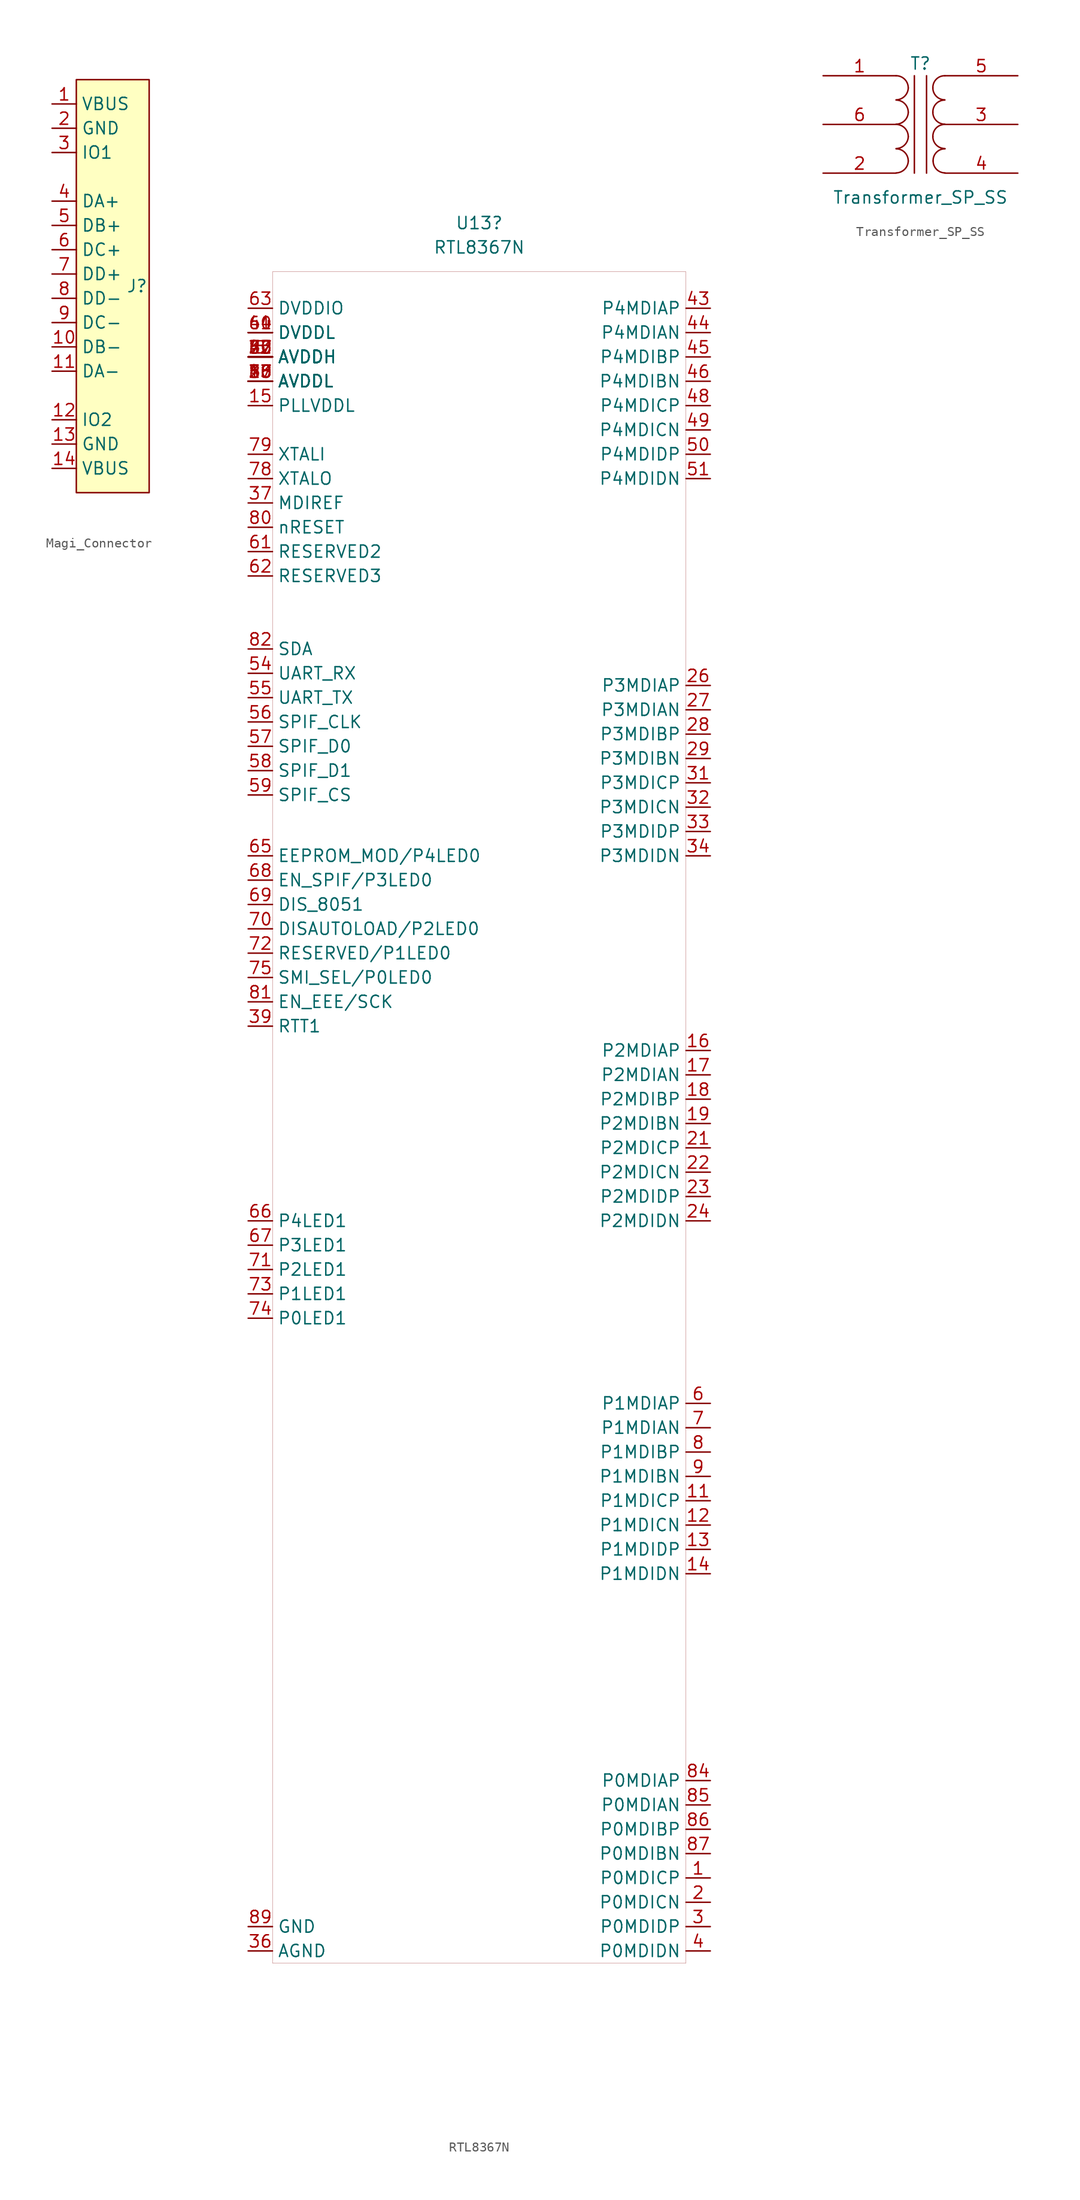
<source format=kicad_sym>
(kicad_symbol_lib
  (version 20220914)
  (generator kicad_symbol_editor)
  (symbol "Magi_Connector"
    (property "Reference" "J"
      (at 2.54 0 0)
      (effects (font (size 1.27 1.27))))
    (property "Value" ""
      (at 2.54 0 0)
      (effects (font (size 1.27 1.27))))
    (symbol "Magi_Connector_0_0"
      (pin passive line (at -6.35 19.05 0) (length 2.54) (name "VBUS" (effects (font (size 1.27 1.27)))) (number "1" (effects (font (size 1.27 1.27)))))
      (pin bidirectional line (at -6.35 -6.35 0) (length 2.54) (name "DB-" (effects (font (size 1.27 1.27)))) (number "10" (effects (font (size 1.27 1.27)))))
      (pin bidirectional line (at -6.35 -8.89 0) (length 2.54) (name "DA-" (effects (font (size 1.27 1.27)))) (number "11" (effects (font (size 1.27 1.27)))))
      (pin bidirectional line (at -6.35 -13.97 0) (length 2.54) (name "IO2" (effects (font (size 1.27 1.27)))) (number "12" (effects (font (size 1.27 1.27)))))
      (pin input line (at -6.35 -16.51 0) (length 2.54) (name "GND" (effects (font (size 1.27 1.27)))) (number "13" (effects (font (size 1.27 1.27)))))
      (pin passive line (at -6.35 -19.05 0) (length 2.54) (name "VBUS" (effects (font (size 1.27 1.27)))) (number "14" (effects (font (size 1.27 1.27)))))
      (pin power_in line (at -6.35 16.51 0) (length 2.54) (name "GND" (effects (font (size 1.27 1.27)))) (number "2" (effects (font (size 1.27 1.27)))))
      (pin bidirectional line (at -6.35 13.97 0) (length 2.54) (name "IO1" (effects (font (size 1.27 1.27)))) (number "3" (effects (font (size 1.27 1.27)))))
      (pin bidirectional line (at -6.35 8.89 0) (length 2.54) (name "DA+" (effects (font (size 1.27 1.27)))) (number "4" (effects (font (size 1.27 1.27)))))
      (pin bidirectional line (at -6.35 6.35 0) (length 2.54) (name "DB+" (effects (font (size 1.27 1.27)))) (number "5" (effects (font (size 1.27 1.27)))))
      (pin bidirectional line (at -6.35 3.81 0) (length 2.54) (name "DC+" (effects (font (size 1.27 1.27)))) (number "6" (effects (font (size 1.27 1.27)))))
      (pin bidirectional line (at -6.35 1.27 0) (length 2.54) (name "DD+" (effects (font (size 1.27 1.27)))) (number "7" (effects (font (size 1.27 1.27)))))
      (pin bidirectional line (at -6.35 -1.27 0) (length 2.54) (name "DD-" (effects (font (size 1.27 1.27)))) (number "8" (effects (font (size 1.27 1.27)))))
      (pin bidirectional line (at -6.35 -3.81 0) (length 2.54) (name "DC-" (effects (font (size 1.27 1.27)))) (number "9" (effects (font (size 1.27 1.27))))))
    (symbol "Magi_Connector_1_1"
      (rectangle (start -3.81 21.59) (end 3.81 -21.59) (stroke (width 0) (type default)) (fill (type background)))))
  (symbol "RTL8367N"
    (property "Reference" "U13"
      (at 1.27 62.23 0)
      (effects (font (size 1.27 1.27))))
    (property "Value" "RTL8367N"
      (at 1.27 59.69 0)
      (effects (font (size 1.27 1.27))))
    (symbol "RTL8367N_0_1"
      (rectangle (start -20.32 57.15) (end 22.86 -119.38) (stroke (width 0.001) (type default)) (fill (type none))))
    (symbol "RTL8367N_1_1"
      (pin input line (at 25.4 -110.49 180) (length 2.54) (name "P0MDICP" (effects (font (size 1.27 1.27)))) (number "1" (effects (font (size 1.27 1.27)))))
      (pin input line (at -22.86 45.72 0) (length 2.54) (name "AVDDL" (effects (font (size 1.27 1.27)))) (number "10" (effects (font (size 1.27 1.27)))))
      (pin input line (at 25.4 -71.12 180) (length 2.54) (name "P1MDICP" (effects (font (size 1.27 1.27)))) (number "11" (effects (font (size 1.27 1.27)))))
      (pin input line (at 25.4 -73.66 180) (length 2.54) (name "P1MDICN" (effects (font (size 1.27 1.27)))) (number "12" (effects (font (size 1.27 1.27)))))
      (pin input line (at 25.4 -76.2 180) (length 2.54) (name "P1MDIDP" (effects (font (size 1.27 1.27)))) (number "13" (effects (font (size 1.27 1.27)))))
      (pin input line (at 25.4 -78.74 180) (length 2.54) (name "P1MDIDN" (effects (font (size 1.27 1.27)))) (number "14" (effects (font (size 1.27 1.27)))))
      (pin input line (at -22.86 43.18 0) (length 2.54) (name "PLLVDDL" (effects (font (size 1.27 1.27)))) (number "15" (effects (font (size 1.27 1.27)))))
      (pin input line (at 25.4 -24.13 180) (length 2.54) (name "P2MDIAP" (effects (font (size 1.27 1.27)))) (number "16" (effects (font (size 1.27 1.27)))))
      (pin input line (at 25.4 -26.67 180) (length 2.54) (name "P2MDIAN" (effects (font (size 1.27 1.27)))) (number "17" (effects (font (size 1.27 1.27)))))
      (pin input line (at 25.4 -29.21 180) (length 2.54) (name "P2MDIBP" (effects (font (size 1.27 1.27)))) (number "18" (effects (font (size 1.27 1.27)))))
      (pin input line (at 25.4 -31.75 180) (length 2.54) (name "P2MDIBN" (effects (font (size 1.27 1.27)))) (number "19" (effects (font (size 1.27 1.27)))))
      (pin input line (at 25.4 -113.03 180) (length 2.54) (name "P0MDICN" (effects (font (size 1.27 1.27)))) (number "2" (effects (font (size 1.27 1.27)))))
      (pin input line (at -22.86 45.72 0) (length 2.54) (name "AVDDL" (effects (font (size 1.27 1.27)))) (number "20" (effects (font (size 1.27 1.27)))))
      (pin input line (at 25.4 -34.29 180) (length 2.54) (name "P2MDICP" (effects (font (size 1.27 1.27)))) (number "21" (effects (font (size 1.27 1.27)))))
      (pin input line (at 25.4 -36.83 180) (length 2.54) (name "P2MDICN" (effects (font (size 1.27 1.27)))) (number "22" (effects (font (size 1.27 1.27)))))
      (pin input line (at 25.4 -39.37 180) (length 2.54) (name "P2MDIDP" (effects (font (size 1.27 1.27)))) (number "23" (effects (font (size 1.27 1.27)))))
      (pin input line (at 25.4 -41.91 180) (length 2.54) (name "P2MDIDN" (effects (font (size 1.27 1.27)))) (number "24" (effects (font (size 1.27 1.27)))))
      (pin input line (at -22.86 48.26 0) (length 2.54) (name "AVDDH" (effects (font (size 1.27 1.27)))) (number "25" (effects (font (size 1.27 1.27)))))
      (pin input line (at 25.4 13.97 180) (length 2.54) (name "P3MDIAP" (effects (font (size 1.27 1.27)))) (number "26" (effects (font (size 1.27 1.27)))))
      (pin input line (at 25.4 11.43 180) (length 2.54) (name "P3MDIAN" (effects (font (size 1.27 1.27)))) (number "27" (effects (font (size 1.27 1.27)))))
      (pin input line (at 25.4 8.89 180) (length 2.54) (name "P3MDIBP" (effects (font (size 1.27 1.27)))) (number "28" (effects (font (size 1.27 1.27)))))
      (pin input line (at 25.4 6.35 180) (length 2.54) (name "P3MDIBN" (effects (font (size 1.27 1.27)))) (number "29" (effects (font (size 1.27 1.27)))))
      (pin input line (at 25.4 -115.57 180) (length 2.54) (name "P0MDIDP" (effects (font (size 1.27 1.27)))) (number "3" (effects (font (size 1.27 1.27)))))
      (pin input line (at -22.86 45.72 0) (length 2.54) (name "AVDDL" (effects (font (size 1.27 1.27)))) (number "30" (effects (font (size 1.27 1.27)))))
      (pin input line (at 25.4 3.81 180) (length 2.54) (name "P3MDICP" (effects (font (size 1.27 1.27)))) (number "31" (effects (font (size 1.27 1.27)))))
      (pin input line (at 25.4 1.27 180) (length 2.54) (name "P3MDICN" (effects (font (size 1.27 1.27)))) (number "32" (effects (font (size 1.27 1.27)))))
      (pin input line (at 25.4 -1.27 180) (length 2.54) (name "P3MDIDP" (effects (font (size 1.27 1.27)))) (number "33" (effects (font (size 1.27 1.27)))))
      (pin input line (at 25.4 -3.81 180) (length 2.54) (name "P3MDIDN" (effects (font (size 1.27 1.27)))) (number "34" (effects (font (size 1.27 1.27)))))
      (pin input line (at -22.86 48.26 0) (length 2.54) (name "AVDDH" (effects (font (size 1.27 1.27)))) (number "35" (effects (font (size 1.27 1.27)))))
      (pin input line (at -22.86 -118.11 0) (length 2.54) (name "AGND" (effects (font (size 1.27 1.27)))) (number "36" (effects (font (size 1.27 1.27)))))
      (pin input line (at -22.86 33.02 0) (length 2.54) (name "MDIREF" (effects (font (size 1.27 1.27)))) (number "37" (effects (font (size 1.27 1.27)))))
      (pin input line (at -22.86 45.72 0) (length 2.54) (name "AVDDL" (effects (font (size 1.27 1.27)))) (number "38" (effects (font (size 1.27 1.27)))))
      (pin input line (at -22.86 -21.59 0) (length 2.54) (name "RTT1" (effects (font (size 1.27 1.27)))) (number "39" (effects (font (size 1.27 1.27)))))
      (pin input line (at 25.4 -118.11 180) (length 2.54) (name "P0MDIDN" (effects (font (size 1.27 1.27)))) (number "4" (effects (font (size 1.27 1.27)))))
      (pin input line (at -22.86 48.26 0) (length 2.54) (name "AVDDH" (effects (font (size 1.27 1.27)))) (number "40" (effects (font (size 1.27 1.27)))))
      (pin input line (at -22.86 50.8 0) (length 2.54) (name "DVDDL" (effects (font (size 1.27 1.27)))) (number "41" (effects (font (size 1.27 1.27)))))
      (pin input line (at -22.86 48.26 0) (length 2.54) (name "AVDDH" (effects (font (size 1.27 1.27)))) (number "42" (effects (font (size 1.27 1.27)))))
      (pin input line (at 25.4 53.34 180) (length 2.54) (name "P4MDIAP" (effects (font (size 1.27 1.27)))) (number "43" (effects (font (size 1.27 1.27)))))
      (pin input line (at 25.4 50.8 180) (length 2.54) (name "P4MDIAN" (effects (font (size 1.27 1.27)))) (number "44" (effects (font (size 1.27 1.27)))))
      (pin input line (at 25.4 48.26 180) (length 2.54) (name "P4MDIBP" (effects (font (size 1.27 1.27)))) (number "45" (effects (font (size 1.27 1.27)))))
      (pin input line (at 25.4 45.72 180) (length 2.54) (name "P4MDIBN" (effects (font (size 1.27 1.27)))) (number "46" (effects (font (size 1.27 1.27)))))
      (pin input line (at -22.86 45.72 0) (length 2.54) (name "AVDDL" (effects (font (size 1.27 1.27)))) (number "47" (effects (font (size 1.27 1.27)))))
      (pin input line (at 25.4 43.18 180) (length 2.54) (name "P4MDICP" (effects (font (size 1.27 1.27)))) (number "48" (effects (font (size 1.27 1.27)))))
      (pin input line (at 25.4 40.64 180) (length 2.54) (name "P4MDICN" (effects (font (size 1.27 1.27)))) (number "49" (effects (font (size 1.27 1.27)))))
      (pin input line (at -22.86 48.26 0) (length 2.54) (name "AVDDH" (effects (font (size 1.27 1.27)))) (number "5" (effects (font (size 1.27 1.27)))))
      (pin input line (at 25.4 38.1 180) (length 2.54) (name "P4MDIDP" (effects (font (size 1.27 1.27)))) (number "50" (effects (font (size 1.27 1.27)))))
      (pin input line (at 25.4 35.56 180) (length 2.54) (name "P4MDIDN" (effects (font (size 1.27 1.27)))) (number "51" (effects (font (size 1.27 1.27)))))
      (pin input line (at -22.86 48.26 0) (length 2.54) (name "AVDDH" (effects (font (size 1.27 1.27)))) (number "52" (effects (font (size 1.27 1.27)))))
      (pin input line (at -22.86 45.72 0) (length 2.54) (name "AVDDL" (effects (font (size 1.27 1.27)))) (number "53" (effects (font (size 1.27 1.27)))))
      (pin input line (at -22.86 15.24 0) (length 2.54) (name "UART_RX" (effects (font (size 1.27 1.27)))) (number "54" (effects (font (size 1.27 1.27)))))
      (pin input line (at -22.86 12.7 0) (length 2.54) (name "UART_TX" (effects (font (size 1.27 1.27)))) (number "55" (effects (font (size 1.27 1.27)))))
      (pin input line (at -22.86 10.16 0) (length 2.54) (name "SPIF_CLK" (effects (font (size 1.27 1.27)))) (number "56" (effects (font (size 1.27 1.27)))))
      (pin input line (at -22.86 7.62 0) (length 2.54) (name "SPIF_D0" (effects (font (size 1.27 1.27)))) (number "57" (effects (font (size 1.27 1.27)))))
      (pin input line (at -22.86 5.08 0) (length 2.54) (name "SPIF_D1" (effects (font (size 1.27 1.27)))) (number "58" (effects (font (size 1.27 1.27)))))
      (pin input line (at -22.86 2.54 0) (length 2.54) (name "SPIF_CS" (effects (font (size 1.27 1.27)))) (number "59" (effects (font (size 1.27 1.27)))))
      (pin input line (at 25.4 -60.96 180) (length 2.54) (name "P1MDIAP" (effects (font (size 1.27 1.27)))) (number "6" (effects (font (size 1.27 1.27)))))
      (pin input line (at -22.86 50.8 0) (length 2.54) (name "DVDDL" (effects (font (size 1.27 1.27)))) (number "60" (effects (font (size 1.27 1.27)))))
      (pin input line (at -22.86 27.94 0) (length 2.54) (name "RESERVED2" (effects (font (size 1.27 1.27)))) (number "61" (effects (font (size 1.27 1.27)))))
      (pin input line (at -22.86 25.4 0) (length 2.54) (name "RESERVED3" (effects (font (size 1.27 1.27)))) (number "62" (effects (font (size 1.27 1.27)))))
      (pin input line (at -22.86 53.34 0) (length 2.54) (name "DVDDIO" (effects (font (size 1.27 1.27)))) (number "63" (effects (font (size 1.27 1.27)))))
      (pin input line (at -22.86 50.8 0) (length 2.54) (name "DVDDL" (effects (font (size 1.27 1.27)))) (number "64" (effects (font (size 1.27 1.27)))))
      (pin input line (at -22.86 -3.81 0) (length 2.54) (name "EEPROM_MOD/P4LED0" (effects (font (size 1.27 1.27)))) (number "65" (effects (font (size 1.27 1.27)))))
      (pin input line (at -22.86 -41.91 0) (length 2.54) (name "P4LED1" (effects (font (size 1.27 1.27)))) (number "66" (effects (font (size 1.27 1.27)))))
      (pin input line (at -22.86 -44.45 0) (length 2.54) (name "P3LED1" (effects (font (size 1.27 1.27)))) (number "67" (effects (font (size 1.27 1.27)))))
      (pin input line (at -22.86 -6.35 0) (length 2.54) (name "EN_SPIF/P3LED0" (effects (font (size 1.27 1.27)))) (number "68" (effects (font (size 1.27 1.27)))))
      (pin input line (at -22.86 -8.89 0) (length 2.54) (name "DIS_8051" (effects (font (size 1.27 1.27)))) (number "69" (effects (font (size 1.27 1.27)))))
      (pin input line (at 25.4 -63.5 180) (length 2.54) (name "P1MDIAN" (effects (font (size 1.27 1.27)))) (number "7" (effects (font (size 1.27 1.27)))))
      (pin input line (at -22.86 -11.43 0) (length 2.54) (name "DISAUTOLOAD/P2LED0" (effects (font (size 1.27 1.27)))) (number "70" (effects (font (size 1.27 1.27)))))
      (pin input line (at -22.86 -46.99 0) (length 2.54) (name "P2LED1" (effects (font (size 1.27 1.27)))) (number "71" (effects (font (size 1.27 1.27)))))
      (pin input line (at -22.86 -13.97 0) (length 2.54) (name "RESERVED/P1LED0" (effects (font (size 1.27 1.27)))) (number "72" (effects (font (size 1.27 1.27)))))
      (pin input line (at -22.86 -49.53 0) (length 2.54) (name "P1LED1" (effects (font (size 1.27 1.27)))) (number "73" (effects (font (size 1.27 1.27)))))
      (pin input line (at -22.86 -52.07 0) (length 2.54) (name "P0LED1" (effects (font (size 1.27 1.27)))) (number "74" (effects (font (size 1.27 1.27)))))
      (pin input line (at -22.86 -16.51 0) (length 2.54) (name "SMI_SEL/P0LED0" (effects (font (size 1.27 1.27)))) (number "75" (effects (font (size 1.27 1.27)))))
      (pin input line (at -22.86 48.26 0) (length 2.54) (name "AVDDH" (effects (font (size 1.27 1.27)))) (number "77" (effects (font (size 1.27 1.27)))))
      (pin input line (at -22.86 35.56 0) (length 2.54) (name "XTALO" (effects (font (size 1.27 1.27)))) (number "78" (effects (font (size 1.27 1.27)))))
      (pin input line (at -22.86 38.1 0) (length 2.54) (name "XTALI" (effects (font (size 1.27 1.27)))) (number "79" (effects (font (size 1.27 1.27)))))
      (pin input line (at 25.4 -66.04 180) (length 2.54) (name "P1MDIBP" (effects (font (size 1.27 1.27)))) (number "8" (effects (font (size 1.27 1.27)))))
      (pin input line (at -22.86 30.48 0) (length 2.54) (name "nRESET" (effects (font (size 1.27 1.27)))) (number "80" (effects (font (size 1.27 1.27)))))
      (pin input line (at -22.86 -19.05 0) (length 2.54) (name "EN_EEE/SCK" (effects (font (size 1.27 1.27)))) (number "81" (effects (font (size 1.27 1.27)))))
      (pin input line (at -22.86 17.78 0) (length 2.54) (name "SDA" (effects (font (size 1.27 1.27)))) (number "82" (effects (font (size 1.27 1.27)))))
      (pin input line (at -22.86 48.26 0) (length 2.54) (name "AVDDH" (effects (font (size 1.27 1.27)))) (number "83" (effects (font (size 1.27 1.27)))))
      (pin input line (at 25.4 -100.33 180) (length 2.54) (name "P0MDIAP" (effects (font (size 1.27 1.27)))) (number "84" (effects (font (size 1.27 1.27)))))
      (pin input line (at 25.4 -102.87 180) (length 2.54) (name "P0MDIAN" (effects (font (size 1.27 1.27)))) (number "85" (effects (font (size 1.27 1.27)))))
      (pin input line (at 25.4 -105.41 180) (length 2.54) (name "P0MDIBP" (effects (font (size 1.27 1.27)))) (number "86" (effects (font (size 1.27 1.27)))))
      (pin input line (at 25.4 -107.95 180) (length 2.54) (name "P0MDIBN" (effects (font (size 1.27 1.27)))) (number "87" (effects (font (size 1.27 1.27)))))
      (pin input line (at -22.86 45.72 0) (length 2.54) (name "AVDDL" (effects (font (size 1.27 1.27)))) (number "88" (effects (font (size 1.27 1.27)))))
      (pin input line (at -22.86 -115.57 0) (length 2.54) (name "GND" (effects (font (size 1.27 1.27)))) (number "89" (effects (font (size 1.27 1.27)))))
      (pin input line (at 25.4 -68.58 180) (length 2.54) (name "P1MDIBN" (effects (font (size 1.27 1.27)))) (number "9" (effects (font (size 1.27 1.27)))))))
  (symbol "Transformer_SP_SS"
    (pin_names
      (offset 1.016) hide)
    (property "Reference" "T"
      (at 0 6.35 0)
      (effects (font (size 1.27 1.27))))
    (property "Value" "Transformer_SP_SS"
      (at 0 -7.62 0)
      (effects (font (size 1.27 1.27))))
    (symbol "Transformer_SP_SS_0_1"
      (arc (start -2.54 -5.0546) (mid -1.6599 -4.6901) (end -1.27 -3.81) (stroke (width 0) (type default)) (fill (type none)))
      (arc (start -2.54 -2.5146) (mid -1.6599 -2.1501) (end -1.27 -1.27) (stroke (width 0) (type default)) (fill (type none)))
      (arc (start -2.54 0.0254) (mid -1.6599 0.3899) (end -1.27 1.27) (stroke (width 0) (type default)) (fill (type none)))
      (arc (start -2.54 2.5654) (mid -1.6599 2.9299) (end -1.27 3.81) (stroke (width 0) (type default)) (fill (type none)))
      (arc (start -1.27 -3.81) (mid -1.642 -2.912) (end -2.54 -2.54) (stroke (width 0) (type default)) (fill (type none)))
      (arc (start -1.27 -1.27) (mid -1.642 -0.372) (end -2.54 0) (stroke (width 0) (type default)) (fill (type none)))
      (arc (start -1.27 1.27) (mid -1.642 2.168) (end -2.54 2.54) (stroke (width 0) (type default)) (fill (type none)))
      (arc (start -1.27 3.81) (mid -1.642 4.708) (end -2.54 5.08) (stroke (width 0) (type default)) (fill (type none)))
      (polyline (pts (xy -0.635 5.08) (xy -0.635 -5.08)) (stroke (width 0) (type default)) (fill (type none)))
      (polyline (pts (xy 0.635 -5.08) (xy 0.635 5.08)) (stroke (width 0) (type default)) (fill (type none)))
      (arc (start 1.2954 -1.27) (mid 1.6599 -2.1501) (end 2.54 -2.5146) (stroke (width 0) (type default)) (fill (type none)))
      (arc (start 1.2954 1.27) (mid 1.6599 0.3899) (end 2.54 0.0254) (stroke (width 0) (type default)) (fill (type none)))
      (arc (start 1.2954 3.81) (mid 1.6599 2.9299) (end 2.54 2.5654) (stroke (width 0) (type default)) (fill (type none)))
      (arc (start 1.3208 -3.81) (mid 1.6853 -4.6901) (end 2.5654 -5.0546) (stroke (width 0) (type default)) (fill (type none)))
      (arc (start 2.54 0) (mid 1.642 -0.372) (end 1.2954 -1.27) (stroke (width 0) (type default)) (fill (type none)))
      (arc (start 2.54 2.54) (mid 1.642 2.168) (end 1.2954 1.27) (stroke (width 0) (type default)) (fill (type none)))
      (arc (start 2.54 5.08) (mid 1.642 4.708) (end 1.2954 3.81) (stroke (width 0) (type default)) (fill (type none)))
      (arc (start 2.5654 -2.54) (mid 1.6674 -2.912) (end 1.3208 -3.81) (stroke (width 0) (type default)) (fill (type none))))
    (symbol "Transformer_SP_SS_1_0"
      (pin passive line (at -10.16 0 0) (length 7.62) (name "PM" (effects (font (size 1.27 1.27)))) (number "6" (effects (font (size 1.27 1.27))))))
    (symbol "Transformer_SP_SS_1_1"
      (pin passive line (at -10.16 5.08 0) (length 7.62) (name "P1" (effects (font (size 1.27 1.27)))) (number "1" (effects (font (size 1.27 1.27)))))
      (pin passive line (at -10.16 -5.08 0) (length 7.62) (name "P2" (effects (font (size 1.27 1.27)))) (number "2" (effects (font (size 1.27 1.27)))))
      (pin passive line (at 10.16 0 180) (length 7.62) (name "SM" (effects (font (size 1.27 1.27)))) (number "3" (effects (font (size 1.27 1.27)))))
      (pin passive line (at 10.16 -5.08 180) (length 7.62) (name "S1" (effects (font (size 1.27 1.27)))) (number "4" (effects (font (size 1.27 1.27)))))
      (pin passive line (at 10.16 5.08 180) (length 7.62) (name "S2" (effects (font (size 1.27 1.27)))) (number "5" (effects (font (size 1.27 1.27))))))))
</source>
